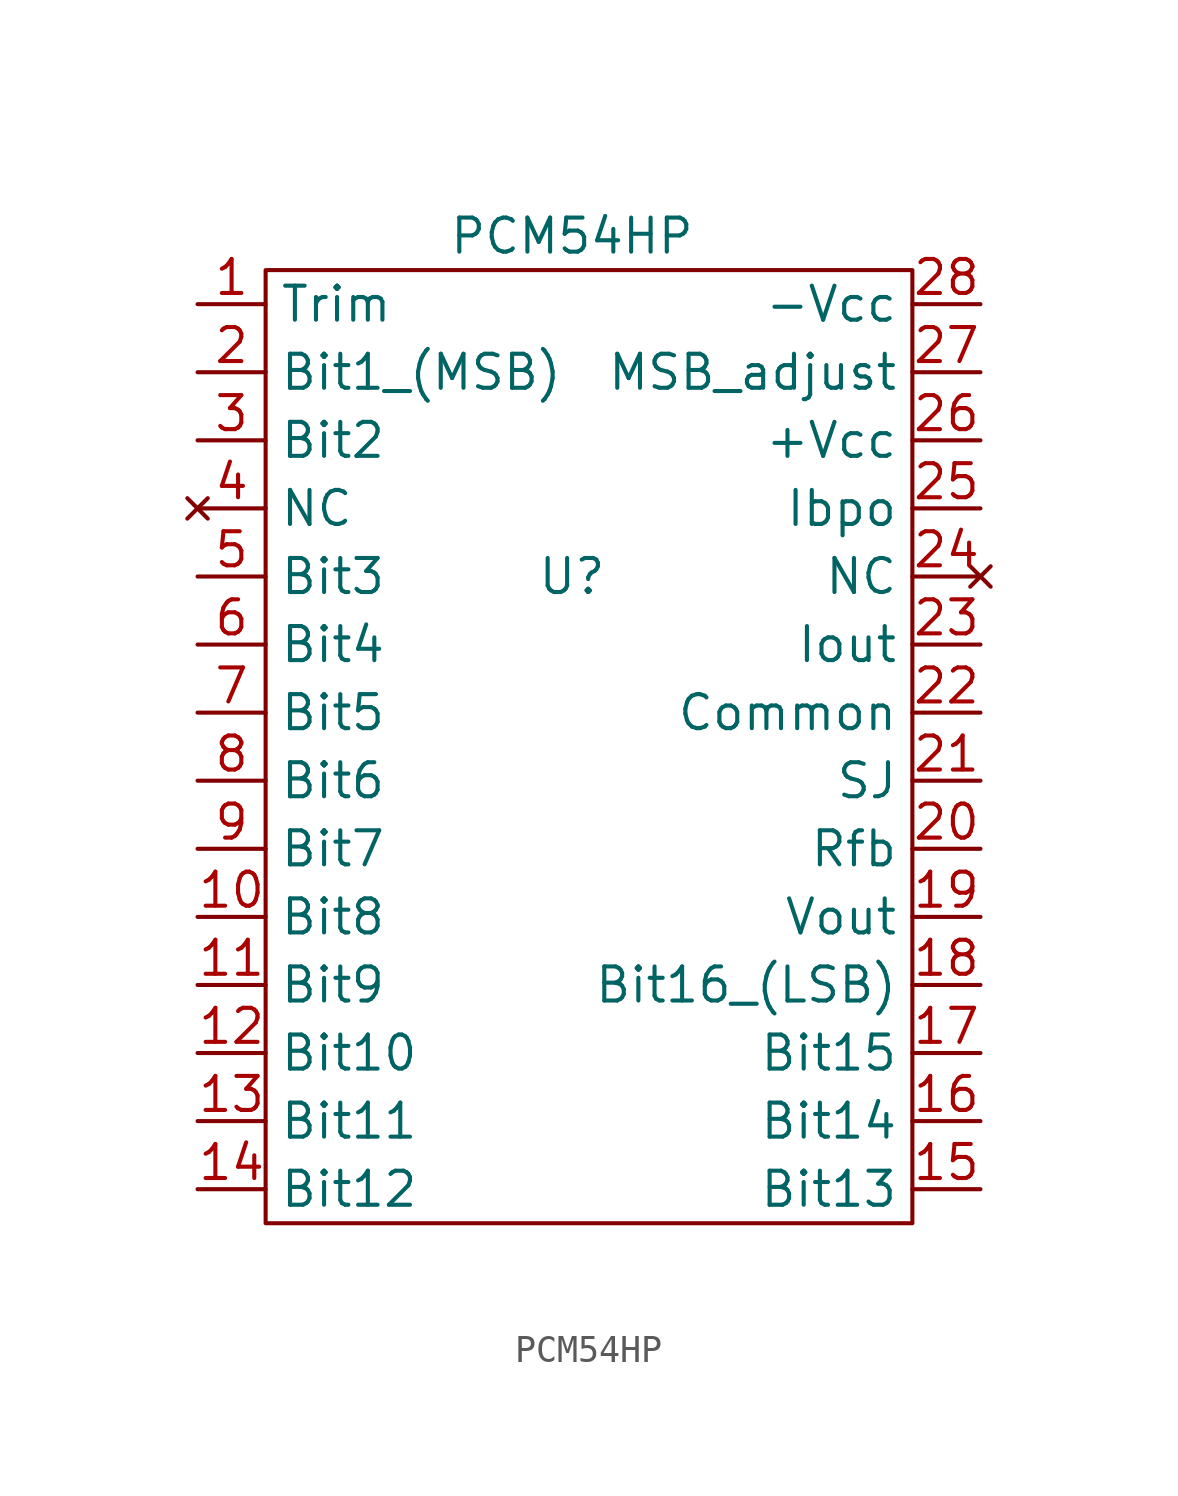
<source format=kicad_sym>
(kicad_symbol_lib
  (version 20211014)
  (generator kicad_symbol_editor)
  (symbol "PCM54HP"
    (property "Reference" "U"
      (at 1.27 7.62 0)
      (effects (font (size 1.27 1.27))))
    (property "Value" "PCM54HP"
      (at 1.27 20.32 0)
      (effects (font (size 1.27 1.27))))
    (symbol "PCM54HP_0_1"
      (rectangle (start -10.16 19.05) (end 13.97 -16.51) (stroke (width 0.152) (type default) (color 0 0 0 0)) (fill (type none))))
    (symbol "PCM54HP_1_1"
      (pin input line (at -12.7 17.78 0) (length 2.54) (name "Trim" (effects (font (size 1.27 1.27)))) (number "1" (effects (font (size 1.27 1.27)))))
      (pin input line (at -12.7 -5.08 0) (length 2.54) (name "Bit8" (effects (font (size 1.27 1.27)))) (number "10" (effects (font (size 1.27 1.27)))))
      (pin input line (at -12.7 -7.62 0) (length 2.54) (name "Bit9" (effects (font (size 1.27 1.27)))) (number "11" (effects (font (size 1.27 1.27)))))
      (pin input line (at -12.7 -10.16 0) (length 2.54) (name "Bit10" (effects (font (size 1.27 1.27)))) (number "12" (effects (font (size 1.27 1.27)))))
      (pin input line (at -12.7 -12.7 0) (length 2.54) (name "Bit11" (effects (font (size 1.27 1.27)))) (number "13" (effects (font (size 1.27 1.27)))))
      (pin input line (at -12.7 -15.24 0) (length 2.54) (name "Bit12" (effects (font (size 1.27 1.27)))) (number "14" (effects (font (size 1.27 1.27)))))
      (pin input line (at 16.51 -15.24 180) (length 2.54) (name "Bit13" (effects (font (size 1.27 1.27)))) (number "15" (effects (font (size 1.27 1.27)))))
      (pin input line (at 16.51 -12.7 180) (length 2.54) (name "Bit14" (effects (font (size 1.27 1.27)))) (number "16" (effects (font (size 1.27 1.27)))))
      (pin input line (at 16.51 -10.16 180) (length 2.54) (name "Bit15" (effects (font (size 1.27 1.27)))) (number "17" (effects (font (size 1.27 1.27)))))
      (pin input line (at 16.51 -7.62 180) (length 2.54) (name "Bit16_(LSB)" (effects (font (size 1.27 1.27)))) (number "18" (effects (font (size 1.27 1.27)))))
      (pin output line (at 16.51 -5.08 180) (length 2.54) (name "Vout" (effects (font (size 1.27 1.27)))) (number "19" (effects (font (size 1.27 1.27)))))
      (pin input line (at -12.7 15.24 0) (length 2.54) (name "Bit1_(MSB)" (effects (font (size 1.27 1.27)))) (number "2" (effects (font (size 1.27 1.27)))))
      (pin output line (at 16.51 -2.54 180) (length 2.54) (name "Rfb" (effects (font (size 1.27 1.27)))) (number "20" (effects (font (size 1.27 1.27)))))
      (pin output line (at 16.51 0 180) (length 2.54) (name "SJ" (effects (font (size 1.27 1.27)))) (number "21" (effects (font (size 1.27 1.27)))))
      (pin output line (at 16.51 2.54 180) (length 2.54) (name "Common" (effects (font (size 1.27 1.27)))) (number "22" (effects (font (size 1.27 1.27)))))
      (pin output line (at 16.51 5.08 180) (length 2.54) (name "Iout" (effects (font (size 1.27 1.27)))) (number "23" (effects (font (size 1.27 1.27)))))
      (pin no_connect line (at 16.51 7.62 180) (length 2.54) (name "NC" (effects (font (size 1.27 1.27)))) (number "24" (effects (font (size 1.27 1.27)))))
      (pin input line (at 16.51 10.16 180) (length 2.54) (name "Ibpo" (effects (font (size 1.27 1.27)))) (number "25" (effects (font (size 1.27 1.27)))))
      (pin power_in line (at 16.51 12.7 180) (length 2.54) (name "+Vcc" (effects (font (size 1.27 1.27)))) (number "26" (effects (font (size 1.27 1.27)))))
      (pin input line (at 16.51 15.24 180) (length 2.54) (name "MSB_adjust" (effects (font (size 1.27 1.27)))) (number "27" (effects (font (size 1.27 1.27)))))
      (pin power_in line (at 16.51 17.78 180) (length 2.54) (name "-Vcc" (effects (font (size 1.27 1.27)))) (number "28" (effects (font (size 1.27 1.27)))))
      (pin input line (at -12.7 12.7 0) (length 2.54) (name "Bit2" (effects (font (size 1.27 1.27)))) (number "3" (effects (font (size 1.27 1.27)))))
      (pin no_connect line (at -12.7 10.16 0) (length 2.54) (name "NC" (effects (font (size 1.27 1.27)))) (number "4" (effects (font (size 1.27 1.27)))))
      (pin input line (at -12.7 7.62 0) (length 2.54) (name "Bit3" (effects (font (size 1.27 1.27)))) (number "5" (effects (font (size 1.27 1.27)))))
      (pin input line (at -12.7 5.08 0) (length 2.54) (name "Bit4" (effects (font (size 1.27 1.27)))) (number "6" (effects (font (size 1.27 1.27)))))
      (pin input line (at -12.7 2.54 0) (length 2.54) (name "Bit5" (effects (font (size 1.27 1.27)))) (number "7" (effects (font (size 1.27 1.27)))))
      (pin input line (at -12.7 0 0) (length 2.54) (name "Bit6" (effects (font (size 1.27 1.27)))) (number "8" (effects (font (size 1.27 1.27)))))
      (pin input line (at -12.7 -2.54 0) (length 2.54) (name "Bit7" (effects (font (size 1.27 1.27)))) (number "9" (effects (font (size 1.27 1.27))))))))
</source>
